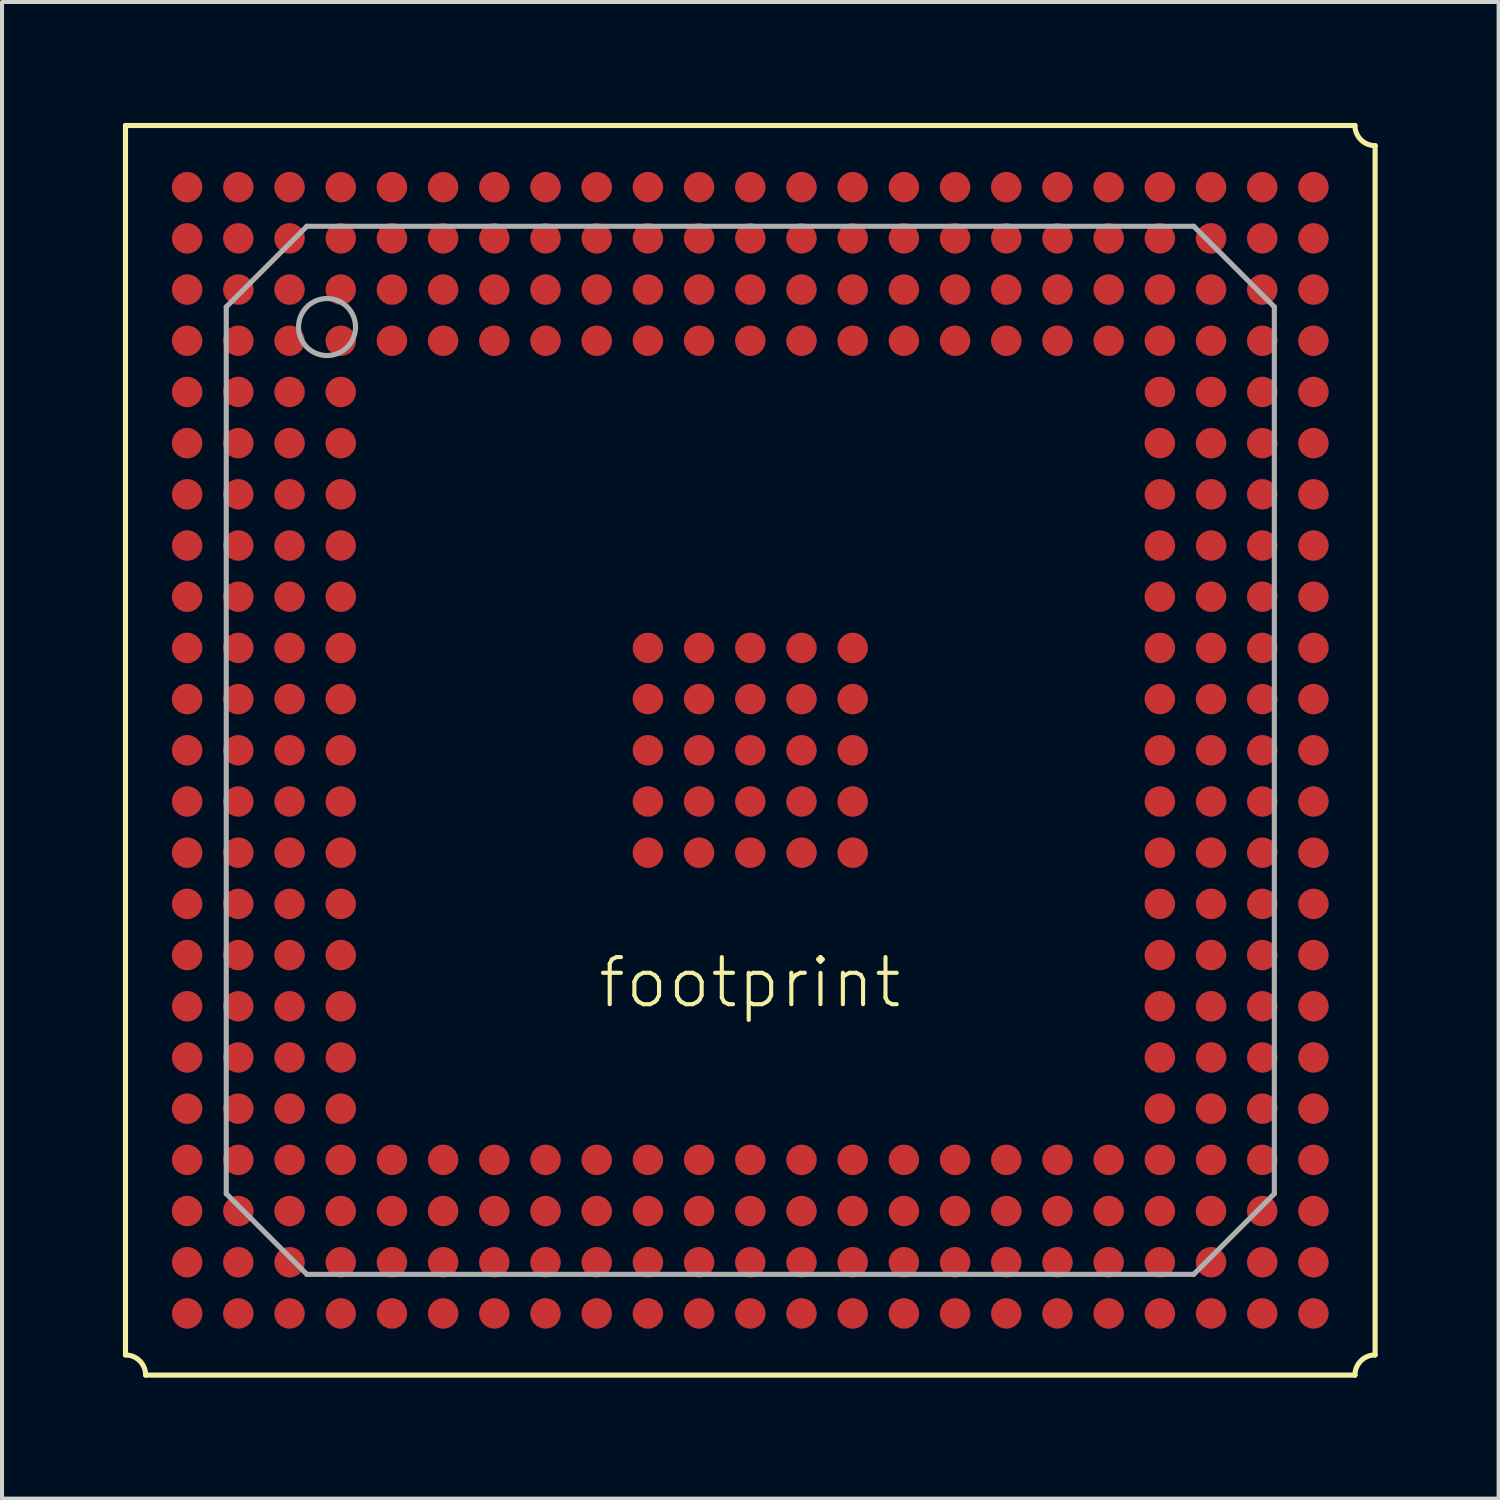
<source format=kicad_pcb>
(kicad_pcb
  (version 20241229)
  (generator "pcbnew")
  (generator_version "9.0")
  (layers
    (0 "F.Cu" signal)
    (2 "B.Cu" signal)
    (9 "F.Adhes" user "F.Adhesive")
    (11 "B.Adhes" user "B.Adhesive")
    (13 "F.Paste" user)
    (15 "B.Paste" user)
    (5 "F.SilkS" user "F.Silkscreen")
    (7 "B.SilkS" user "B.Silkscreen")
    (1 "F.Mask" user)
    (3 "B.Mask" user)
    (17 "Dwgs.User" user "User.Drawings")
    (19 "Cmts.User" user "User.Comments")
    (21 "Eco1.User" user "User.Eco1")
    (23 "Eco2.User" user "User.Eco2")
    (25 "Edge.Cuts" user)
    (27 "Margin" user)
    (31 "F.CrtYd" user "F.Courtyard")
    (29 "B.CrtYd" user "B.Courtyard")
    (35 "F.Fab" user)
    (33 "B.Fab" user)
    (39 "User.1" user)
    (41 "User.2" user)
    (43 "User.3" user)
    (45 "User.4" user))
  (footprint "footprint"
    (layer "F.Cu")
    (at 15.563 15.563)
    (property "Reference" "footprint" (at 3.81 5.08 0) (layer "F.SilkS") (effects (font (size 1.168 1.168) (thickness 0.102)) (justify right top)))
    (fp_line (start -15.5 -15.5) (end -15.5 15) (stroke (width 0.127) (type solid)) (layer "F.SilkS"))
    (fp_line (start -15 15.5) (end 15 15.5) (stroke (width 0.127) (type solid)) (layer "F.SilkS"))
    (fp_line (start 15 -15.5) (end -15.5 -15.5) (stroke (width 0.127) (type solid)) (layer "F.SilkS"))
    (fp_line (start 15.5 15) (end 15.5 -15) (stroke (width 0.127) (type solid)) (layer "F.SilkS"))
    (fp_arc (start -15.5 15) (mid -15.146447 15.146447) (end -15 15.5) (stroke (width 0.127) (type solid)) (layer "F.SilkS"))
    (fp_arc (start 15 15.5) (mid 15.146447 15.146447) (end 15.5 15) (stroke (width 0.127) (type solid)) (layer "F.SilkS"))
    (fp_arc (start 15.5 -15) (mid 15.146447 -15.146447) (end 15 -15.5) (stroke (width 0.127) (type solid)) (layer "F.SilkS"))
    (fp_line (start -13 -11) (end -11 -13) (stroke (width 0.127) (type solid)) (layer "F.Fab"))
    (fp_line (start -13 11) (end -13 -11) (stroke (width 0.127) (type solid)) (layer "F.Fab"))
    (fp_line (start -11 -13) (end 11 -13) (stroke (width 0.127) (type solid)) (layer "F.Fab"))
    (fp_line (start -11 13) (end -13 11) (stroke (width 0.127) (type solid)) (layer "F.Fab"))
    (fp_line (start 11 -13) (end 13 -11) (stroke (width 0.127) (type solid)) (layer "F.Fab"))
    (fp_line (start 11 13) (end -11 13) (stroke (width 0.127) (type solid)) (layer "F.Fab"))
    (fp_line (start 13 -11) (end 13 11) (stroke (width 0.127) (type solid)) (layer "F.Fab"))
    (fp_line (start 13 11) (end 11 13) (stroke (width 0.127) (type solid)) (layer "F.Fab"))
    (fp_circle (center -10.5 -10.5) (end -9.793 -10.5) (stroke (width 0.127) (type solid)) (fill no) (layer "F.Fab"))
    (pad "A1" smd roundrect (at -13.97 -13.97 180) (size 0.76 0.76) (layers "F.Cu" "F.Mask" "F.Paste") (roundrect_rratio 0.5))
    (pad "A2" smd roundrect (at -12.7 -13.97 180) (size 0.76 0.76) (layers "F.Cu" "F.Mask" "F.Paste") (roundrect_rratio 0.5))
    (pad "A3" smd roundrect (at -11.43 -13.97 180) (size 0.76 0.76) (layers "F.Cu" "F.Mask" "F.Paste") (roundrect_rratio 0.5))
    (pad "A4" smd roundrect (at -10.16 -13.97 180) (size 0.76 0.76) (layers "F.Cu" "F.Mask" "F.Paste") (roundrect_rratio 0.5))
    (pad "A5" smd roundrect (at -8.89 -13.97 180) (size 0.76 0.76) (layers "F.Cu" "F.Mask" "F.Paste") (roundrect_rratio 0.5))
    (pad "A6" smd roundrect (at -7.62 -13.97 180) (size 0.76 0.76) (layers "F.Cu" "F.Mask" "F.Paste") (roundrect_rratio 0.5))
    (pad "A7" smd roundrect (at -6.35 -13.97 180) (size 0.76 0.76) (layers "F.Cu" "F.Mask" "F.Paste") (roundrect_rratio 0.5))
    (pad "A8" smd roundrect (at -5.08 -13.97 180) (size 0.76 0.76) (layers "F.Cu" "F.Mask" "F.Paste") (roundrect_rratio 0.5))
    (pad "A9" smd roundrect (at -3.81 -13.97 180) (size 0.76 0.76) (layers "F.Cu" "F.Mask" "F.Paste") (roundrect_rratio 0.5))
    (pad "A10" smd roundrect (at -2.54 -13.97 180) (size 0.76 0.76) (layers "F.Cu" "F.Mask" "F.Paste") (roundrect_rratio 0.5))
    (pad "A11" smd roundrect (at -1.27 -13.97 180) (size 0.76 0.76) (layers "F.Cu" "F.Mask" "F.Paste") (roundrect_rratio 0.5))
    (pad "A12" smd roundrect (at 0 -13.97 180) (size 0.76 0.76) (layers "F.Cu" "F.Mask" "F.Paste") (roundrect_rratio 0.5))
    (pad "A13" smd roundrect (at 1.27 -13.97 180) (size 0.76 0.76) (layers "F.Cu" "F.Mask" "F.Paste") (roundrect_rratio 0.5))
    (pad "A14" smd roundrect (at 2.54 -13.97 180) (size 0.76 0.76) (layers "F.Cu" "F.Mask" "F.Paste") (roundrect_rratio 0.5))
    (pad "A15" smd roundrect (at 3.81 -13.97 180) (size 0.76 0.76) (layers "F.Cu" "F.Mask" "F.Paste") (roundrect_rratio 0.5))
    (pad "A16" smd roundrect (at 5.08 -13.97 180) (size 0.76 0.76) (layers "F.Cu" "F.Mask" "F.Paste") (roundrect_rratio 0.5))
    (pad "A17" smd roundrect (at 6.35 -13.97 180) (size 0.76 0.76) (layers "F.Cu" "F.Mask" "F.Paste") (roundrect_rratio 0.5))
    (pad "A18" smd roundrect (at 7.62 -13.97 180) (size 0.76 0.76) (layers "F.Cu" "F.Mask" "F.Paste") (roundrect_rratio 0.5))
    (pad "A19" smd roundrect (at 8.89 -13.97 180) (size 0.76 0.76) (layers "F.Cu" "F.Mask" "F.Paste") (roundrect_rratio 0.5))
    (pad "A20" smd roundrect (at 10.16 -13.97 180) (size 0.76 0.76) (layers "F.Cu" "F.Mask" "F.Paste") (roundrect_rratio 0.5))
    (pad "A21" smd roundrect (at 11.43 -13.97 180) (size 0.76 0.76) (layers "F.Cu" "F.Mask" "F.Paste") (roundrect_rratio 0.5))
    (pad "A22" smd roundrect (at 12.7 -13.97 180) (size 0.76 0.76) (layers "F.Cu" "F.Mask" "F.Paste") (roundrect_rratio 0.5))
    (pad "A23" smd roundrect (at 13.97 -13.97 180) (size 0.76 0.76) (layers "F.Cu" "F.Mask" "F.Paste") (roundrect_rratio 0.5))
    (pad "AA1" smd roundrect (at -13.97 11.43 180) (size 0.76 0.76) (layers "F.Cu" "F.Mask" "F.Paste") (roundrect_rratio 0.5))
    (pad "AA2" smd roundrect (at -12.7 11.43 180) (size 0.76 0.76) (layers "F.Cu" "F.Mask" "F.Paste") (roundrect_rratio 0.5))
    (pad "AA3" smd roundrect (at -11.43 11.43 180) (size 0.76 0.76) (layers "F.Cu" "F.Mask" "F.Paste") (roundrect_rratio 0.5))
    (pad "AA4" smd roundrect (at -10.16 11.43 180) (size 0.76 0.76) (layers "F.Cu" "F.Mask" "F.Paste") (roundrect_rratio 0.5))
    (pad "AA5" smd roundrect (at -8.89 11.43 180) (size 0.76 0.76) (layers "F.Cu" "F.Mask" "F.Paste") (roundrect_rratio 0.5))
    (pad "AA6" smd roundrect (at -7.62 11.43 180) (size 0.76 0.76) (layers "F.Cu" "F.Mask" "F.Paste") (roundrect_rratio 0.5))
    (pad "AA7" smd roundrect (at -6.35 11.43 180) (size 0.76 0.76) (layers "F.Cu" "F.Mask" "F.Paste") (roundrect_rratio 0.5))
    (pad "AA8" smd roundrect (at -5.08 11.43 180) (size 0.76 0.76) (layers "F.Cu" "F.Mask" "F.Paste") (roundrect_rratio 0.5))
    (pad "AA9" smd roundrect (at -3.81 11.43 180) (size 0.76 0.76) (layers "F.Cu" "F.Mask" "F.Paste") (roundrect_rratio 0.5))
    (pad "AA10" smd roundrect (at -2.54 11.43 180) (size 0.76 0.76) (layers "F.Cu" "F.Mask" "F.Paste") (roundrect_rratio 0.5))
    (pad "AA11" smd roundrect (at -1.27 11.43 180) (size 0.76 0.76) (layers "F.Cu" "F.Mask" "F.Paste") (roundrect_rratio 0.5))
    (pad "AA12" smd roundrect (at 0 11.43 180) (size 0.76 0.76) (layers "F.Cu" "F.Mask" "F.Paste") (roundrect_rratio 0.5))
    (pad "AA13" smd roundrect (at 1.27 11.43 180) (size 0.76 0.76) (layers "F.Cu" "F.Mask" "F.Paste") (roundrect_rratio 0.5))
    (pad "AA14" smd roundrect (at 2.54 11.43 180) (size 0.76 0.76) (layers "F.Cu" "F.Mask" "F.Paste") (roundrect_rratio 0.5))
    (pad "AA15" smd roundrect (at 3.81 11.43 180) (size 0.76 0.76) (layers "F.Cu" "F.Mask" "F.Paste") (roundrect_rratio 0.5))
    (pad "AA16" smd roundrect (at 5.08 11.43 180) (size 0.76 0.76) (layers "F.Cu" "F.Mask" "F.Paste") (roundrect_rratio 0.5))
    (pad "AA17" smd roundrect (at 6.35 11.43 180) (size 0.76 0.76) (layers "F.Cu" "F.Mask" "F.Paste") (roundrect_rratio 0.5))
    (pad "AA18" smd roundrect (at 7.62 11.43 180) (size 0.76 0.76) (layers "F.Cu" "F.Mask" "F.Paste") (roundrect_rratio 0.5))
    (pad "AA19" smd roundrect (at 8.89 11.43 180) (size 0.76 0.76) (layers "F.Cu" "F.Mask" "F.Paste") (roundrect_rratio 0.5))
    (pad "AA20" smd roundrect (at 10.16 11.43 180) (size 0.76 0.76) (layers "F.Cu" "F.Mask" "F.Paste") (roundrect_rratio 0.5))
    (pad "AA21" smd roundrect (at 11.43 11.43 180) (size 0.76 0.76) (layers "F.Cu" "F.Mask" "F.Paste") (roundrect_rratio 0.5))
    (pad "AA22" smd roundrect (at 12.7 11.43 180) (size 0.76 0.76) (layers "F.Cu" "F.Mask" "F.Paste") (roundrect_rratio 0.5))
    (pad "AA23" smd roundrect (at 13.97 11.43 180) (size 0.76 0.76) (layers "F.Cu" "F.Mask" "F.Paste") (roundrect_rratio 0.5))
    (pad "AB1" smd roundrect (at -13.97 12.7 180) (size 0.76 0.76) (layers "F.Cu" "F.Mask" "F.Paste") (roundrect_rratio 0.5))
    (pad "AB2" smd roundrect (at -12.7 12.7 180) (size 0.76 0.76) (layers "F.Cu" "F.Mask" "F.Paste") (roundrect_rratio 0.5))
    (pad "AB3" smd roundrect (at -11.43 12.7 180) (size 0.76 0.76) (layers "F.Cu" "F.Mask" "F.Paste") (roundrect_rratio 0.5))
    (pad "AB4" smd roundrect (at -10.16 12.7 180) (size 0.76 0.76) (layers "F.Cu" "F.Mask" "F.Paste") (roundrect_rratio 0.5))
    (pad "AB5" smd roundrect (at -8.89 12.7 180) (size 0.76 0.76) (layers "F.Cu" "F.Mask" "F.Paste") (roundrect_rratio 0.5))
    (pad "AB6" smd roundrect (at -7.62 12.7 180) (size 0.76 0.76) (layers "F.Cu" "F.Mask" "F.Paste") (roundrect_rratio 0.5))
    (pad "AB7" smd roundrect (at -6.35 12.7 180) (size 0.76 0.76) (layers "F.Cu" "F.Mask" "F.Paste") (roundrect_rratio 0.5))
    (pad "AB8" smd roundrect (at -5.08 12.7 180) (size 0.76 0.76) (layers "F.Cu" "F.Mask" "F.Paste") (roundrect_rratio 0.5))
    (pad "AB9" smd roundrect (at -3.81 12.7 180) (size 0.76 0.76) (layers "F.Cu" "F.Mask" "F.Paste") (roundrect_rratio 0.5))
    (pad "AB10" smd roundrect (at -2.54 12.7 180) (size 0.76 0.76) (layers "F.Cu" "F.Mask" "F.Paste") (roundrect_rratio 0.5))
    (pad "AB11" smd roundrect (at -1.27 12.7 180) (size 0.76 0.76) (layers "F.Cu" "F.Mask" "F.Paste") (roundrect_rratio 0.5))
    (pad "AB12" smd roundrect (at 0 12.7 180) (size 0.76 0.76) (layers "F.Cu" "F.Mask" "F.Paste") (roundrect_rratio 0.5))
    (pad "AB13" smd roundrect (at 1.27 12.7 180) (size 0.76 0.76) (layers "F.Cu" "F.Mask" "F.Paste") (roundrect_rratio 0.5))
    (pad "AB14" smd roundrect (at 2.54 12.7 180) (size 0.76 0.76) (layers "F.Cu" "F.Mask" "F.Paste") (roundrect_rratio 0.5))
    (pad "AB15" smd roundrect (at 3.81 12.7 180) (size 0.76 0.76) (layers "F.Cu" "F.Mask" "F.Paste") (roundrect_rratio 0.5))
    (pad "AB16" smd roundrect (at 5.08 12.7 180) (size 0.76 0.76) (layers "F.Cu" "F.Mask" "F.Paste") (roundrect_rratio 0.5))
    (pad "AB17" smd roundrect (at 6.35 12.7 180) (size 0.76 0.76) (layers "F.Cu" "F.Mask" "F.Paste") (roundrect_rratio 0.5))
    (pad "AB18" smd roundrect (at 7.62 12.7 180) (size 0.76 0.76) (layers "F.Cu" "F.Mask" "F.Paste") (roundrect_rratio 0.5))
    (pad "AB19" smd roundrect (at 8.89 12.7 180) (size 0.76 0.76) (layers "F.Cu" "F.Mask" "F.Paste") (roundrect_rratio 0.5))
    (pad "AB20" smd roundrect (at 10.16 12.7 180) (size 0.76 0.76) (layers "F.Cu" "F.Mask" "F.Paste") (roundrect_rratio 0.5))
    (pad "AB21" smd roundrect (at 11.43 12.7 180) (size 0.76 0.76) (layers "F.Cu" "F.Mask" "F.Paste") (roundrect_rratio 0.5))
    (pad "AB22" smd roundrect (at 12.7 12.7 180) (size 0.76 0.76) (layers "F.Cu" "F.Mask" "F.Paste") (roundrect_rratio 0.5))
    (pad "AB23" smd roundrect (at 13.97 12.7 180) (size 0.76 0.76) (layers "F.Cu" "F.Mask" "F.Paste") (roundrect_rratio 0.5))
    (pad "AC1" smd roundrect (at -13.97 13.97 180) (size 0.76 0.76) (layers "F.Cu" "F.Mask" "F.Paste") (roundrect_rratio 0.5))
    (pad "AC2" smd roundrect (at -12.7 13.97 180) (size 0.76 0.76) (layers "F.Cu" "F.Mask" "F.Paste") (roundrect_rratio 0.5))
    (pad "AC3" smd roundrect (at -11.43 13.97 180) (size 0.76 0.76) (layers "F.Cu" "F.Mask" "F.Paste") (roundrect_rratio 0.5))
    (pad "AC4" smd roundrect (at -10.16 13.97 180) (size 0.76 0.76) (layers "F.Cu" "F.Mask" "F.Paste") (roundrect_rratio 0.5))
    (pad "AC5" smd roundrect (at -8.89 13.97 180) (size 0.76 0.76) (layers "F.Cu" "F.Mask" "F.Paste") (roundrect_rratio 0.5))
    (pad "AC6" smd roundrect (at -7.62 13.97 180) (size 0.76 0.76) (layers "F.Cu" "F.Mask" "F.Paste") (roundrect_rratio 0.5))
    (pad "AC7" smd roundrect (at -6.35 13.97 180) (size 0.76 0.76) (layers "F.Cu" "F.Mask" "F.Paste") (roundrect_rratio 0.5))
    (pad "AC8" smd roundrect (at -5.08 13.97 180) (size 0.76 0.76) (layers "F.Cu" "F.Mask" "F.Paste") (roundrect_rratio 0.5))
    (pad "AC9" smd roundrect (at -3.81 13.97 180) (size 0.76 0.76) (layers "F.Cu" "F.Mask" "F.Paste") (roundrect_rratio 0.5))
    (pad "AC10" smd roundrect (at -2.54 13.97 180) (size 0.76 0.76) (layers "F.Cu" "F.Mask" "F.Paste") (roundrect_rratio 0.5))
    (pad "AC11" smd roundrect (at -1.27 13.97 180) (size 0.76 0.76) (layers "F.Cu" "F.Mask" "F.Paste") (roundrect_rratio 0.5))
    (pad "AC12" smd roundrect (at 0 13.97 180) (size 0.76 0.76) (layers "F.Cu" "F.Mask" "F.Paste") (roundrect_rratio 0.5))
    (pad "AC13" smd roundrect (at 1.27 13.97 180) (size 0.76 0.76) (layers "F.Cu" "F.Mask" "F.Paste") (roundrect_rratio 0.5))
    (pad "AC14" smd roundrect (at 2.54 13.97 180) (size 0.76 0.76) (layers "F.Cu" "F.Mask" "F.Paste") (roundrect_rratio 0.5))
    (pad "AC15" smd roundrect (at 3.81 13.97 180) (size 0.76 0.76) (layers "F.Cu" "F.Mask" "F.Paste") (roundrect_rratio 0.5))
    (pad "AC16" smd roundrect (at 5.08 13.97 180) (size 0.76 0.76) (layers "F.Cu" "F.Mask" "F.Paste") (roundrect_rratio 0.5))
    (pad "AC17" smd roundrect (at 6.35 13.97 180) (size 0.76 0.76) (layers "F.Cu" "F.Mask" "F.Paste") (roundrect_rratio 0.5))
    (pad "AC18" smd roundrect (at 7.62 13.97 180) (size 0.76 0.76) (layers "F.Cu" "F.Mask" "F.Paste") (roundrect_rratio 0.5))
    (pad "AC19" smd roundrect (at 8.89 13.97 180) (size 0.76 0.76) (layers "F.Cu" "F.Mask" "F.Paste") (roundrect_rratio 0.5))
    (pad "AC20" smd roundrect (at 10.16 13.97 180) (size 0.76 0.76) (layers "F.Cu" "F.Mask" "F.Paste") (roundrect_rratio 0.5))
    (pad "AC21" smd roundrect (at 11.43 13.97 180) (size 0.76 0.76) (layers "F.Cu" "F.Mask" "F.Paste") (roundrect_rratio 0.5))
    (pad "AC22" smd roundrect (at 12.7 13.97 180) (size 0.76 0.76) (layers "F.Cu" "F.Mask" "F.Paste") (roundrect_rratio 0.5))
    (pad "AC23" smd roundrect (at 13.97 13.97 180) (size 0.76 0.76) (layers "F.Cu" "F.Mask" "F.Paste") (roundrect_rratio 0.5))
    (pad "B1" smd roundrect (at -13.97 -12.7 180) (size 0.76 0.76) (layers "F.Cu" "F.Mask" "F.Paste") (roundrect_rratio 0.5))
    (pad "B2" smd roundrect (at -12.7 -12.7 180) (size 0.76 0.76) (layers "F.Cu" "F.Mask" "F.Paste") (roundrect_rratio 0.5))
    (pad "B3" smd roundrect (at -11.43 -12.7 180) (size 0.76 0.76) (layers "F.Cu" "F.Mask" "F.Paste") (roundrect_rratio 0.5))
    (pad "B4" smd roundrect (at -10.16 -12.7 180) (size 0.76 0.76) (layers "F.Cu" "F.Mask" "F.Paste") (roundrect_rratio 0.5))
    (pad "B5" smd roundrect (at -8.89 -12.7 180) (size 0.76 0.76) (layers "F.Cu" "F.Mask" "F.Paste") (roundrect_rratio 0.5))
    (pad "B6" smd roundrect (at -7.62 -12.7 180) (size 0.76 0.76) (layers "F.Cu" "F.Mask" "F.Paste") (roundrect_rratio 0.5))
    (pad "B7" smd roundrect (at -6.35 -12.7 180) (size 0.76 0.76) (layers "F.Cu" "F.Mask" "F.Paste") (roundrect_rratio 0.5))
    (pad "B8" smd roundrect (at -5.08 -12.7 180) (size 0.76 0.76) (layers "F.Cu" "F.Mask" "F.Paste") (roundrect_rratio 0.5))
    (pad "B9" smd roundrect (at -3.81 -12.7 180) (size 0.76 0.76) (layers "F.Cu" "F.Mask" "F.Paste") (roundrect_rratio 0.5))
    (pad "B10" smd roundrect (at -2.54 -12.7 180) (size 0.76 0.76) (layers "F.Cu" "F.Mask" "F.Paste") (roundrect_rratio 0.5))
    (pad "B11" smd roundrect (at -1.27 -12.7 180) (size 0.76 0.76) (layers "F.Cu" "F.Mask" "F.Paste") (roundrect_rratio 0.5))
    (pad "B12" smd roundrect (at 0 -12.7 180) (size 0.76 0.76) (layers "F.Cu" "F.Mask" "F.Paste") (roundrect_rratio 0.5))
    (pad "B13" smd roundrect (at 1.27 -12.7 180) (size 0.76 0.76) (layers "F.Cu" "F.Mask" "F.Paste") (roundrect_rratio 0.5))
    (pad "B14" smd roundrect (at 2.54 -12.7 180) (size 0.76 0.76) (layers "F.Cu" "F.Mask" "F.Paste") (roundrect_rratio 0.5))
    (pad "B15" smd roundrect (at 3.81 -12.7 180) (size 0.76 0.76) (layers "F.Cu" "F.Mask" "F.Paste") (roundrect_rratio 0.5))
    (pad "B16" smd roundrect (at 5.08 -12.7 180) (size 0.76 0.76) (layers "F.Cu" "F.Mask" "F.Paste") (roundrect_rratio 0.5))
    (pad "B17" smd roundrect (at 6.35 -12.7 180) (size 0.76 0.76) (layers "F.Cu" "F.Mask" "F.Paste") (roundrect_rratio 0.5))
    (pad "B18" smd roundrect (at 7.62 -12.7 180) (size 0.76 0.76) (layers "F.Cu" "F.Mask" "F.Paste") (roundrect_rratio 0.5))
    (pad "B19" smd roundrect (at 8.89 -12.7 180) (size 0.76 0.76) (layers "F.Cu" "F.Mask" "F.Paste") (roundrect_rratio 0.5))
    (pad "B20" smd roundrect (at 10.16 -12.7 180) (size 0.76 0.76) (layers "F.Cu" "F.Mask" "F.Paste") (roundrect_rratio 0.5))
    (pad "B21" smd roundrect (at 11.43 -12.7 180) (size 0.76 0.76) (layers "F.Cu" "F.Mask" "F.Paste") (roundrect_rratio 0.5))
    (pad "B22" smd roundrect (at 12.7 -12.7 180) (size 0.76 0.76) (layers "F.Cu" "F.Mask" "F.Paste") (roundrect_rratio 0.5))
    (pad "B23" smd roundrect (at 13.97 -12.7 180) (size 0.76 0.76) (layers "F.Cu" "F.Mask" "F.Paste") (roundrect_rratio 0.5))
    (pad "C1" smd roundrect (at -13.97 -11.43 180) (size 0.76 0.76) (layers "F.Cu" "F.Mask" "F.Paste") (roundrect_rratio 0.5))
    (pad "C2" smd roundrect (at -12.7 -11.43 180) (size 0.76 0.76) (layers "F.Cu" "F.Mask" "F.Paste") (roundrect_rratio 0.5))
    (pad "C3" smd roundrect (at -11.43 -11.43 180) (size 0.76 0.76) (layers "F.Cu" "F.Mask" "F.Paste") (roundrect_rratio 0.5))
    (pad "C4" smd roundrect (at -10.16 -11.43 180) (size 0.76 0.76) (layers "F.Cu" "F.Mask" "F.Paste") (roundrect_rratio 0.5))
    (pad "C5" smd roundrect (at -8.89 -11.43 180) (size 0.76 0.76) (layers "F.Cu" "F.Mask" "F.Paste") (roundrect_rratio 0.5))
    (pad "C6" smd roundrect (at -7.62 -11.43 180) (size 0.76 0.76) (layers "F.Cu" "F.Mask" "F.Paste") (roundrect_rratio 0.5))
    (pad "C7" smd roundrect (at -6.35 -11.43 180) (size 0.76 0.76) (layers "F.Cu" "F.Mask" "F.Paste") (roundrect_rratio 0.5))
    (pad "C8" smd roundrect (at -5.08 -11.43 180) (size 0.76 0.76) (layers "F.Cu" "F.Mask" "F.Paste") (roundrect_rratio 0.5))
    (pad "C9" smd roundrect (at -3.81 -11.43 180) (size 0.76 0.76) (layers "F.Cu" "F.Mask" "F.Paste") (roundrect_rratio 0.5))
    (pad "C10" smd roundrect (at -2.54 -11.43 180) (size 0.76 0.76) (layers "F.Cu" "F.Mask" "F.Paste") (roundrect_rratio 0.5))
    (pad "C11" smd roundrect (at -1.27 -11.43 180) (size 0.76 0.76) (layers "F.Cu" "F.Mask" "F.Paste") (roundrect_rratio 0.5))
    (pad "C12" smd roundrect (at 0 -11.43 180) (size 0.76 0.76) (layers "F.Cu" "F.Mask" "F.Paste") (roundrect_rratio 0.5))
    (pad "C13" smd roundrect (at 1.27 -11.43 180) (size 0.76 0.76) (layers "F.Cu" "F.Mask" "F.Paste") (roundrect_rratio 0.5))
    (pad "C14" smd roundrect (at 2.54 -11.43 180) (size 0.76 0.76) (layers "F.Cu" "F.Mask" "F.Paste") (roundrect_rratio 0.5))
    (pad "C15" smd roundrect (at 3.81 -11.43 180) (size 0.76 0.76) (layers "F.Cu" "F.Mask" "F.Paste") (roundrect_rratio 0.5))
    (pad "C16" smd roundrect (at 5.08 -11.43 180) (size 0.76 0.76) (layers "F.Cu" "F.Mask" "F.Paste") (roundrect_rratio 0.5))
    (pad "C17" smd roundrect (at 6.35 -11.43 180) (size 0.76 0.76) (layers "F.Cu" "F.Mask" "F.Paste") (roundrect_rratio 0.5))
    (pad "C18" smd roundrect (at 7.62 -11.43 180) (size 0.76 0.76) (layers "F.Cu" "F.Mask" "F.Paste") (roundrect_rratio 0.5))
    (pad "C19" smd roundrect (at 8.89 -11.43 180) (size 0.76 0.76) (layers "F.Cu" "F.Mask" "F.Paste") (roundrect_rratio 0.5))
    (pad "C20" smd roundrect (at 10.16 -11.43 180) (size 0.76 0.76) (layers "F.Cu" "F.Mask" "F.Paste") (roundrect_rratio 0.5))
    (pad "C21" smd roundrect (at 11.43 -11.43 180) (size 0.76 0.76) (layers "F.Cu" "F.Mask" "F.Paste") (roundrect_rratio 0.5))
    (pad "C22" smd roundrect (at 12.7 -11.43 180) (size 0.76 0.76) (layers "F.Cu" "F.Mask" "F.Paste") (roundrect_rratio 0.5))
    (pad "C23" smd roundrect (at 13.97 -11.43 180) (size 0.76 0.76) (layers "F.Cu" "F.Mask" "F.Paste") (roundrect_rratio 0.5))
    (pad "D1" smd roundrect (at -13.97 -10.16 180) (size 0.76 0.76) (layers "F.Cu" "F.Mask" "F.Paste") (roundrect_rratio 0.5))
    (pad "D2" smd roundrect (at -12.7 -10.16 180) (size 0.76 0.76) (layers "F.Cu" "F.Mask" "F.Paste") (roundrect_rratio 0.5))
    (pad "D3" smd roundrect (at -11.43 -10.16 180) (size 0.76 0.76) (layers "F.Cu" "F.Mask" "F.Paste") (roundrect_rratio 0.5))
    (pad "D4" smd roundrect (at -10.16 -10.16 180) (size 0.76 0.76) (layers "F.Cu" "F.Mask" "F.Paste") (roundrect_rratio 0.5))
    (pad "D5" smd roundrect (at -8.89 -10.16 180) (size 0.76 0.76) (layers "F.Cu" "F.Mask" "F.Paste") (roundrect_rratio 0.5))
    (pad "D6" smd roundrect (at -7.62 -10.16 180) (size 0.76 0.76) (layers "F.Cu" "F.Mask" "F.Paste") (roundrect_rratio 0.5))
    (pad "D7" smd roundrect (at -6.35 -10.16 180) (size 0.76 0.76) (layers "F.Cu" "F.Mask" "F.Paste") (roundrect_rratio 0.5))
    (pad "D8" smd roundrect (at -5.08 -10.16 180) (size 0.76 0.76) (layers "F.Cu" "F.Mask" "F.Paste") (roundrect_rratio 0.5))
    (pad "D9" smd roundrect (at -3.81 -10.16 180) (size 0.76 0.76) (layers "F.Cu" "F.Mask" "F.Paste") (roundrect_rratio 0.5))
    (pad "D10" smd roundrect (at -2.54 -10.16 180) (size 0.76 0.76) (layers "F.Cu" "F.Mask" "F.Paste") (roundrect_rratio 0.5))
    (pad "D11" smd roundrect (at -1.27 -10.16 180) (size 0.76 0.76) (layers "F.Cu" "F.Mask" "F.Paste") (roundrect_rratio 0.5))
    (pad "D12" smd roundrect (at 0 -10.16 180) (size 0.76 0.76) (layers "F.Cu" "F.Mask" "F.Paste") (roundrect_rratio 0.5))
    (pad "D13" smd roundrect (at 1.27 -10.16 180) (size 0.76 0.76) (layers "F.Cu" "F.Mask" "F.Paste") (roundrect_rratio 0.5))
    (pad "D14" smd roundrect (at 2.54 -10.16 180) (size 0.76 0.76) (layers "F.Cu" "F.Mask" "F.Paste") (roundrect_rratio 0.5))
    (pad "D15" smd roundrect (at 3.81 -10.16 180) (size 0.76 0.76) (layers "F.Cu" "F.Mask" "F.Paste") (roundrect_rratio 0.5))
    (pad "D16" smd roundrect (at 5.08 -10.16 180) (size 0.76 0.76) (layers "F.Cu" "F.Mask" "F.Paste") (roundrect_rratio 0.5))
    (pad "D17" smd roundrect (at 6.35 -10.16 180) (size 0.76 0.76) (layers "F.Cu" "F.Mask" "F.Paste") (roundrect_rratio 0.5))
    (pad "D18" smd roundrect (at 7.62 -10.16 180) (size 0.76 0.76) (layers "F.Cu" "F.Mask" "F.Paste") (roundrect_rratio 0.5))
    (pad "D19" smd roundrect (at 8.89 -10.16 180) (size 0.76 0.76) (layers "F.Cu" "F.Mask" "F.Paste") (roundrect_rratio 0.5))
    (pad "D20" smd roundrect (at 10.16 -10.16 180) (size 0.76 0.76) (layers "F.Cu" "F.Mask" "F.Paste") (roundrect_rratio 0.5))
    (pad "D21" smd roundrect (at 11.43 -10.16 180) (size 0.76 0.76) (layers "F.Cu" "F.Mask" "F.Paste") (roundrect_rratio 0.5))
    (pad "D22" smd roundrect (at 12.7 -10.16 180) (size 0.76 0.76) (layers "F.Cu" "F.Mask" "F.Paste") (roundrect_rratio 0.5))
    (pad "D23" smd roundrect (at 13.97 -10.16 180) (size 0.76 0.76) (layers "F.Cu" "F.Mask" "F.Paste") (roundrect_rratio 0.5))
    (pad "E1" smd roundrect (at -13.97 -8.89 180) (size 0.76 0.76) (layers "F.Cu" "F.Mask" "F.Paste") (roundrect_rratio 0.5))
    (pad "E2" smd roundrect (at -12.7 -8.89 180) (size 0.76 0.76) (layers "F.Cu" "F.Mask" "F.Paste") (roundrect_rratio 0.5))
    (pad "E3" smd roundrect (at -11.43 -8.89 180) (size 0.76 0.76) (layers "F.Cu" "F.Mask" "F.Paste") (roundrect_rratio 0.5))
    (pad "E4" smd roundrect (at -10.16 -8.89 180) (size 0.76 0.76) (layers "F.Cu" "F.Mask" "F.Paste") (roundrect_rratio 0.5))
    (pad "E20" smd roundrect (at 10.16 -8.89 180) (size 0.76 0.76) (layers "F.Cu" "F.Mask" "F.Paste") (roundrect_rratio 0.5))
    (pad "E21" smd roundrect (at 11.43 -8.89 180) (size 0.76 0.76) (layers "F.Cu" "F.Mask" "F.Paste") (roundrect_rratio 0.5))
    (pad "E22" smd roundrect (at 12.7 -8.89 180) (size 0.76 0.76) (layers "F.Cu" "F.Mask" "F.Paste") (roundrect_rratio 0.5))
    (pad "E23" smd roundrect (at 13.97 -8.89 180) (size 0.76 0.76) (layers "F.Cu" "F.Mask" "F.Paste") (roundrect_rratio 0.5))
    (pad "F1" smd roundrect (at -13.97 -7.62 180) (size 0.76 0.76) (layers "F.Cu" "F.Mask" "F.Paste") (roundrect_rratio 0.5))
    (pad "F2" smd roundrect (at -12.7 -7.62 180) (size 0.76 0.76) (layers "F.Cu" "F.Mask" "F.Paste") (roundrect_rratio 0.5))
    (pad "F3" smd roundrect (at -11.43 -7.62 180) (size 0.76 0.76) (layers "F.Cu" "F.Mask" "F.Paste") (roundrect_rratio 0.5))
    (pad "F4" smd roundrect (at -10.16 -7.62 180) (size 0.76 0.76) (layers "F.Cu" "F.Mask" "F.Paste") (roundrect_rratio 0.5))
    (pad "F20" smd roundrect (at 10.16 -7.62 180) (size 0.76 0.76) (layers "F.Cu" "F.Mask" "F.Paste") (roundrect_rratio 0.5))
    (pad "F21" smd roundrect (at 11.43 -7.62 180) (size 0.76 0.76) (layers "F.Cu" "F.Mask" "F.Paste") (roundrect_rratio 0.5))
    (pad "F22" smd roundrect (at 12.7 -7.62 180) (size 0.76 0.76) (layers "F.Cu" "F.Mask" "F.Paste") (roundrect_rratio 0.5))
    (pad "F23" smd roundrect (at 13.97 -7.62 180) (size 0.76 0.76) (layers "F.Cu" "F.Mask" "F.Paste") (roundrect_rratio 0.5))
    (pad "G1" smd roundrect (at -13.97 -6.35 180) (size 0.76 0.76) (layers "F.Cu" "F.Mask" "F.Paste") (roundrect_rratio 0.5))
    (pad "G2" smd roundrect (at -12.7 -6.35 180) (size 0.76 0.76) (layers "F.Cu" "F.Mask" "F.Paste") (roundrect_rratio 0.5))
    (pad "G3" smd roundrect (at -11.43 -6.35 180) (size 0.76 0.76) (layers "F.Cu" "F.Mask" "F.Paste") (roundrect_rratio 0.5))
    (pad "G4" smd roundrect (at -10.16 -6.35 180) (size 0.76 0.76) (layers "F.Cu" "F.Mask" "F.Paste") (roundrect_rratio 0.5))
    (pad "G20" smd roundrect (at 10.16 -6.35 180) (size 0.76 0.76) (layers "F.Cu" "F.Mask" "F.Paste") (roundrect_rratio 0.5))
    (pad "G21" smd roundrect (at 11.43 -6.35 180) (size 0.76 0.76) (layers "F.Cu" "F.Mask" "F.Paste") (roundrect_rratio 0.5))
    (pad "G22" smd roundrect (at 12.7 -6.35 180) (size 0.76 0.76) (layers "F.Cu" "F.Mask" "F.Paste") (roundrect_rratio 0.5))
    (pad "G23" smd roundrect (at 13.97 -6.35 180) (size 0.76 0.76) (layers "F.Cu" "F.Mask" "F.Paste") (roundrect_rratio 0.5))
    (pad "H1" smd roundrect (at -13.97 -5.08 180) (size 0.76 0.76) (layers "F.Cu" "F.Mask" "F.Paste") (roundrect_rratio 0.5))
    (pad "H2" smd roundrect (at -12.7 -5.08 180) (size 0.76 0.76) (layers "F.Cu" "F.Mask" "F.Paste") (roundrect_rratio 0.5))
    (pad "H3" smd roundrect (at -11.43 -5.08 180) (size 0.76 0.76) (layers "F.Cu" "F.Mask" "F.Paste") (roundrect_rratio 0.5))
    (pad "H4" smd roundrect (at -10.16 -5.08 180) (size 0.76 0.76) (layers "F.Cu" "F.Mask" "F.Paste") (roundrect_rratio 0.5))
    (pad "H20" smd roundrect (at 10.16 -5.08 180) (size 0.76 0.76) (layers "F.Cu" "F.Mask" "F.Paste") (roundrect_rratio 0.5))
    (pad "H21" smd roundrect (at 11.43 -5.08 180) (size 0.76 0.76) (layers "F.Cu" "F.Mask" "F.Paste") (roundrect_rratio 0.5))
    (pad "H22" smd roundrect (at 12.7 -5.08 180) (size 0.76 0.76) (layers "F.Cu" "F.Mask" "F.Paste") (roundrect_rratio 0.5))
    (pad "H23" smd roundrect (at 13.97 -5.08 180) (size 0.76 0.76) (layers "F.Cu" "F.Mask" "F.Paste") (roundrect_rratio 0.5))
    (pad "J1" smd roundrect (at -13.97 -3.81 180) (size 0.76 0.76) (layers "F.Cu" "F.Mask" "F.Paste") (roundrect_rratio 0.5))
    (pad "J2" smd roundrect (at -12.7 -3.81 180) (size 0.76 0.76) (layers "F.Cu" "F.Mask" "F.Paste") (roundrect_rratio 0.5))
    (pad "J3" smd roundrect (at -11.43 -3.81 180) (size 0.76 0.76) (layers "F.Cu" "F.Mask" "F.Paste") (roundrect_rratio 0.5))
    (pad "J4" smd roundrect (at -10.16 -3.81 180) (size 0.76 0.76) (layers "F.Cu" "F.Mask" "F.Paste") (roundrect_rratio 0.5))
    (pad "J20" smd roundrect (at 10.16 -3.81 180) (size 0.76 0.76) (layers "F.Cu" "F.Mask" "F.Paste") (roundrect_rratio 0.5))
    (pad "J21" smd roundrect (at 11.43 -3.81 180) (size 0.76 0.76) (layers "F.Cu" "F.Mask" "F.Paste") (roundrect_rratio 0.5))
    (pad "J22" smd roundrect (at 12.7 -3.81 180) (size 0.76 0.76) (layers "F.Cu" "F.Mask" "F.Paste") (roundrect_rratio 0.5))
    (pad "J23" smd roundrect (at 13.97 -3.81 180) (size 0.76 0.76) (layers "F.Cu" "F.Mask" "F.Paste") (roundrect_rratio 0.5))
    (pad "K1" smd roundrect (at -13.97 -2.54 180) (size 0.76 0.76) (layers "F.Cu" "F.Mask" "F.Paste") (roundrect_rratio 0.5))
    (pad "K2" smd roundrect (at -12.7 -2.54 180) (size 0.76 0.76) (layers "F.Cu" "F.Mask" "F.Paste") (roundrect_rratio 0.5))
    (pad "K3" smd roundrect (at -11.43 -2.54 180) (size 0.76 0.76) (layers "F.Cu" "F.Mask" "F.Paste") (roundrect_rratio 0.5))
    (pad "K4" smd roundrect (at -10.16 -2.54 180) (size 0.76 0.76) (layers "F.Cu" "F.Mask" "F.Paste") (roundrect_rratio 0.5))
    (pad "K10" smd roundrect (at -2.54 -2.54 180) (size 0.76 0.76) (layers "F.Cu" "F.Mask" "F.Paste") (roundrect_rratio 0.5))
    (pad "K11" smd roundrect (at -1.27 -2.54 180) (size 0.76 0.76) (layers "F.Cu" "F.Mask" "F.Paste") (roundrect_rratio 0.5))
    (pad "K12" smd roundrect (at 0 -2.54 180) (size 0.76 0.76) (layers "F.Cu" "F.Mask" "F.Paste") (roundrect_rratio 0.5))
    (pad "K13" smd roundrect (at 1.27 -2.54 180) (size 0.76 0.76) (layers "F.Cu" "F.Mask" "F.Paste") (roundrect_rratio 0.5))
    (pad "K14" smd roundrect (at 2.54 -2.54 180) (size 0.76 0.76) (layers "F.Cu" "F.Mask" "F.Paste") (roundrect_rratio 0.5))
    (pad "K20" smd roundrect (at 10.16 -2.54 180) (size 0.76 0.76) (layers "F.Cu" "F.Mask" "F.Paste") (roundrect_rratio 0.5))
    (pad "K21" smd roundrect (at 11.43 -2.54 180) (size 0.76 0.76) (layers "F.Cu" "F.Mask" "F.Paste") (roundrect_rratio 0.5))
    (pad "K22" smd roundrect (at 12.7 -2.54 180) (size 0.76 0.76) (layers "F.Cu" "F.Mask" "F.Paste") (roundrect_rratio 0.5))
    (pad "K23" smd roundrect (at 13.97 -2.54 180) (size 0.76 0.76) (layers "F.Cu" "F.Mask" "F.Paste") (roundrect_rratio 0.5))
    (pad "L1" smd roundrect (at -13.97 -1.27 180) (size 0.76 0.76) (layers "F.Cu" "F.Mask" "F.Paste") (roundrect_rratio 0.5))
    (pad "L2" smd roundrect (at -12.7 -1.27 180) (size 0.76 0.76) (layers "F.Cu" "F.Mask" "F.Paste") (roundrect_rratio 0.5))
    (pad "L3" smd roundrect (at -11.43 -1.27 180) (size 0.76 0.76) (layers "F.Cu" "F.Mask" "F.Paste") (roundrect_rratio 0.5))
    (pad "L4" smd roundrect (at -10.16 -1.27 180) (size 0.76 0.76) (layers "F.Cu" "F.Mask" "F.Paste") (roundrect_rratio 0.5))
    (pad "L10" smd roundrect (at -2.54 -1.27 180) (size 0.76 0.76) (layers "F.Cu" "F.Mask" "F.Paste") (roundrect_rratio 0.5))
    (pad "L11" smd roundrect (at -1.27 -1.27 180) (size 0.76 0.76) (layers "F.Cu" "F.Mask" "F.Paste") (roundrect_rratio 0.5))
    (pad "L12" smd roundrect (at 0 -1.27 180) (size 0.76 0.76) (layers "F.Cu" "F.Mask" "F.Paste") (roundrect_rratio 0.5))
    (pad "L13" smd roundrect (at 1.27 -1.27 180) (size 0.76 0.76) (layers "F.Cu" "F.Mask" "F.Paste") (roundrect_rratio 0.5))
    (pad "L14" smd roundrect (at 2.54 -1.27 180) (size 0.76 0.76) (layers "F.Cu" "F.Mask" "F.Paste") (roundrect_rratio 0.5))
    (pad "L20" smd roundrect (at 10.16 -1.27 180) (size 0.76 0.76) (layers "F.Cu" "F.Mask" "F.Paste") (roundrect_rratio 0.5))
    (pad "L21" smd roundrect (at 11.43 -1.27 180) (size 0.76 0.76) (layers "F.Cu" "F.Mask" "F.Paste") (roundrect_rratio 0.5))
    (pad "L22" smd roundrect (at 12.7 -1.27 180) (size 0.76 0.76) (layers "F.Cu" "F.Mask" "F.Paste") (roundrect_rratio 0.5))
    (pad "L23" smd roundrect (at 13.97 -1.27 180) (size 0.76 0.76) (layers "F.Cu" "F.Mask" "F.Paste") (roundrect_rratio 0.5))
    (pad "M1" smd roundrect (at -13.97 0 180) (size 0.76 0.76) (layers "F.Cu" "F.Mask" "F.Paste") (roundrect_rratio 0.5))
    (pad "M2" smd roundrect (at -12.7 0 180) (size 0.76 0.76) (layers "F.Cu" "F.Mask" "F.Paste") (roundrect_rratio 0.5))
    (pad "M3" smd roundrect (at -11.43 0 180) (size 0.76 0.76) (layers "F.Cu" "F.Mask" "F.Paste") (roundrect_rratio 0.5))
    (pad "M4" smd roundrect (at -10.16 0 180) (size 0.76 0.76) (layers "F.Cu" "F.Mask" "F.Paste") (roundrect_rratio 0.5))
    (pad "M10" smd roundrect (at -2.54 0 180) (size 0.76 0.76) (layers "F.Cu" "F.Mask" "F.Paste") (roundrect_rratio 0.5))
    (pad "M11" smd roundrect (at -1.27 0 180) (size 0.76 0.76) (layers "F.Cu" "F.Mask" "F.Paste") (roundrect_rratio 0.5))
    (pad "M12" smd roundrect (at 0 0 180) (size 0.76 0.76) (layers "F.Cu" "F.Mask" "F.Paste") (roundrect_rratio 0.5))
    (pad "M13" smd roundrect (at 1.27 0 180) (size 0.76 0.76) (layers "F.Cu" "F.Mask" "F.Paste") (roundrect_rratio 0.5))
    (pad "M14" smd roundrect (at 2.54 0 180) (size 0.76 0.76) (layers "F.Cu" "F.Mask" "F.Paste") (roundrect_rratio 0.5))
    (pad "M20" smd roundrect (at 10.16 0 180) (size 0.76 0.76) (layers "F.Cu" "F.Mask" "F.Paste") (roundrect_rratio 0.5))
    (pad "M21" smd roundrect (at 11.43 0 180) (size 0.76 0.76) (layers "F.Cu" "F.Mask" "F.Paste") (roundrect_rratio 0.5))
    (pad "M22" smd roundrect (at 12.7 0 180) (size 0.76 0.76) (layers "F.Cu" "F.Mask" "F.Paste") (roundrect_rratio 0.5))
    (pad "M23" smd roundrect (at 13.97 0 180) (size 0.76 0.76) (layers "F.Cu" "F.Mask" "F.Paste") (roundrect_rratio 0.5))
    (pad "N1" smd roundrect (at -13.97 1.27 180) (size 0.76 0.76) (layers "F.Cu" "F.Mask" "F.Paste") (roundrect_rratio 0.5))
    (pad "N2" smd roundrect (at -12.7 1.27 180) (size 0.76 0.76) (layers "F.Cu" "F.Mask" "F.Paste") (roundrect_rratio 0.5))
    (pad "N3" smd roundrect (at -11.43 1.27 180) (size 0.76 0.76) (layers "F.Cu" "F.Mask" "F.Paste") (roundrect_rratio 0.5))
    (pad "N4" smd roundrect (at -10.16 1.27 180) (size 0.76 0.76) (layers "F.Cu" "F.Mask" "F.Paste") (roundrect_rratio 0.5))
    (pad "N10" smd roundrect (at -2.54 1.27 180) (size 0.76 0.76) (layers "F.Cu" "F.Mask" "F.Paste") (roundrect_rratio 0.5))
    (pad "N11" smd roundrect (at -1.27 1.27 180) (size 0.76 0.76) (layers "F.Cu" "F.Mask" "F.Paste") (roundrect_rratio 0.5))
    (pad "N12" smd roundrect (at 0 1.27 180) (size 0.76 0.76) (layers "F.Cu" "F.Mask" "F.Paste") (roundrect_rratio 0.5))
    (pad "N13" smd roundrect (at 1.27 1.27 180) (size 0.76 0.76) (layers "F.Cu" "F.Mask" "F.Paste") (roundrect_rratio 0.5))
    (pad "N14" smd roundrect (at 2.54 1.27 180) (size 0.76 0.76) (layers "F.Cu" "F.Mask" "F.Paste") (roundrect_rratio 0.5))
    (pad "N20" smd roundrect (at 10.16 1.27 180) (size 0.76 0.76) (layers "F.Cu" "F.Mask" "F.Paste") (roundrect_rratio 0.5))
    (pad "N21" smd roundrect (at 11.43 1.27 180) (size 0.76 0.76) (layers "F.Cu" "F.Mask" "F.Paste") (roundrect_rratio 0.5))
    (pad "N22" smd roundrect (at 12.7 1.27 180) (size 0.76 0.76) (layers "F.Cu" "F.Mask" "F.Paste") (roundrect_rratio 0.5))
    (pad "N23" smd roundrect (at 13.97 1.27 180) (size 0.76 0.76) (layers "F.Cu" "F.Mask" "F.Paste") (roundrect_rratio 0.5))
    (pad "P1" smd roundrect (at -13.97 2.54 180) (size 0.76 0.76) (layers "F.Cu" "F.Mask" "F.Paste") (roundrect_rratio 0.5))
    (pad "P2" smd roundrect (at -12.7 2.54 180) (size 0.76 0.76) (layers "F.Cu" "F.Mask" "F.Paste") (roundrect_rratio 0.5))
    (pad "P3" smd roundrect (at -11.43 2.54 180) (size 0.76 0.76) (layers "F.Cu" "F.Mask" "F.Paste") (roundrect_rratio 0.5))
    (pad "P4" smd roundrect (at -10.16 2.54 180) (size 0.76 0.76) (layers "F.Cu" "F.Mask" "F.Paste") (roundrect_rratio 0.5))
    (pad "P10" smd roundrect (at -2.54 2.54 180) (size 0.76 0.76) (layers "F.Cu" "F.Mask" "F.Paste") (roundrect_rratio 0.5))
    (pad "P11" smd roundrect (at -1.27 2.54 180) (size 0.76 0.76) (layers "F.Cu" "F.Mask" "F.Paste") (roundrect_rratio 0.5))
    (pad "P12" smd roundrect (at 0 2.54 180) (size 0.76 0.76) (layers "F.Cu" "F.Mask" "F.Paste") (roundrect_rratio 0.5))
    (pad "P13" smd roundrect (at 1.27 2.54 180) (size 0.76 0.76) (layers "F.Cu" "F.Mask" "F.Paste") (roundrect_rratio 0.5))
    (pad "P14" smd roundrect (at 2.54 2.54 180) (size 0.76 0.76) (layers "F.Cu" "F.Mask" "F.Paste") (roundrect_rratio 0.5))
    (pad "P20" smd roundrect (at 10.16 2.54 180) (size 0.76 0.76) (layers "F.Cu" "F.Mask" "F.Paste") (roundrect_rratio 0.5))
    (pad "P21" smd roundrect (at 11.43 2.54 180) (size 0.76 0.76) (layers "F.Cu" "F.Mask" "F.Paste") (roundrect_rratio 0.5))
    (pad "P22" smd roundrect (at 12.7 2.54 180) (size 0.76 0.76) (layers "F.Cu" "F.Mask" "F.Paste") (roundrect_rratio 0.5))
    (pad "P23" smd roundrect (at 13.97 2.54 180) (size 0.76 0.76) (layers "F.Cu" "F.Mask" "F.Paste") (roundrect_rratio 0.5))
    (pad "R1" smd roundrect (at -13.97 3.81 180) (size 0.76 0.76) (layers "F.Cu" "F.Mask" "F.Paste") (roundrect_rratio 0.5))
    (pad "R2" smd roundrect (at -12.7 3.81 180) (size 0.76 0.76) (layers "F.Cu" "F.Mask" "F.Paste") (roundrect_rratio 0.5))
    (pad "R3" smd roundrect (at -11.43 3.81 180) (size 0.76 0.76) (layers "F.Cu" "F.Mask" "F.Paste") (roundrect_rratio 0.5))
    (pad "R4" smd roundrect (at -10.16 3.81 180) (size 0.76 0.76) (layers "F.Cu" "F.Mask" "F.Paste") (roundrect_rratio 0.5))
    (pad "R20" smd roundrect (at 10.16 3.81 180) (size 0.76 0.76) (layers "F.Cu" "F.Mask" "F.Paste") (roundrect_rratio 0.5))
    (pad "R21" smd roundrect (at 11.43 3.81 180) (size 0.76 0.76) (layers "F.Cu" "F.Mask" "F.Paste") (roundrect_rratio 0.5))
    (pad "R22" smd roundrect (at 12.7 3.81 180) (size 0.76 0.76) (layers "F.Cu" "F.Mask" "F.Paste") (roundrect_rratio 0.5))
    (pad "R23" smd roundrect (at 13.97 3.81 180) (size 0.76 0.76) (layers "F.Cu" "F.Mask" "F.Paste") (roundrect_rratio 0.5))
    (pad "T1" smd roundrect (at -13.97 5.08 180) (size 0.76 0.76) (layers "F.Cu" "F.Mask" "F.Paste") (roundrect_rratio 0.5))
    (pad "T2" smd roundrect (at -12.7 5.08 180) (size 0.76 0.76) (layers "F.Cu" "F.Mask" "F.Paste") (roundrect_rratio 0.5))
    (pad "T3" smd roundrect (at -11.43 5.08 180) (size 0.76 0.76) (layers "F.Cu" "F.Mask" "F.Paste") (roundrect_rratio 0.5))
    (pad "T4" smd roundrect (at -10.16 5.08 180) (size 0.76 0.76) (layers "F.Cu" "F.Mask" "F.Paste") (roundrect_rratio 0.5))
    (pad "T20" smd roundrect (at 10.16 5.08 180) (size 0.76 0.76) (layers "F.Cu" "F.Mask" "F.Paste") (roundrect_rratio 0.5))
    (pad "T21" smd roundrect (at 11.43 5.08 180) (size 0.76 0.76) (layers "F.Cu" "F.Mask" "F.Paste") (roundrect_rratio 0.5))
    (pad "T22" smd roundrect (at 12.7 5.08 180) (size 0.76 0.76) (layers "F.Cu" "F.Mask" "F.Paste") (roundrect_rratio 0.5))
    (pad "T23" smd roundrect (at 13.97 5.08 180) (size 0.76 0.76) (layers "F.Cu" "F.Mask" "F.Paste") (roundrect_rratio 0.5))
    (pad "U1" smd roundrect (at -13.97 6.35 180) (size 0.76 0.76) (layers "F.Cu" "F.Mask" "F.Paste") (roundrect_rratio 0.5))
    (pad "U2" smd roundrect (at -12.7 6.35 180) (size 0.76 0.76) (layers "F.Cu" "F.Mask" "F.Paste") (roundrect_rratio 0.5))
    (pad "U3" smd roundrect (at -11.43 6.35 180) (size 0.76 0.76) (layers "F.Cu" "F.Mask" "F.Paste") (roundrect_rratio 0.5))
    (pad "U4" smd roundrect (at -10.16 6.35 180) (size 0.76 0.76) (layers "F.Cu" "F.Mask" "F.Paste") (roundrect_rratio 0.5))
    (pad "U20" smd roundrect (at 10.16 6.35 180) (size 0.76 0.76) (layers "F.Cu" "F.Mask" "F.Paste") (roundrect_rratio 0.5))
    (pad "U21" smd roundrect (at 11.43 6.35 180) (size 0.76 0.76) (layers "F.Cu" "F.Mask" "F.Paste") (roundrect_rratio 0.5))
    (pad "U22" smd roundrect (at 12.7 6.35 180) (size 0.76 0.76) (layers "F.Cu" "F.Mask" "F.Paste") (roundrect_rratio 0.5))
    (pad "U23" smd roundrect (at 13.97 6.35 180) (size 0.76 0.76) (layers "F.Cu" "F.Mask" "F.Paste") (roundrect_rratio 0.5))
    (pad "V1" smd roundrect (at -13.97 7.62 180) (size 0.76 0.76) (layers "F.Cu" "F.Mask" "F.Paste") (roundrect_rratio 0.5))
    (pad "V2" smd roundrect (at -12.7 7.62 180) (size 0.76 0.76) (layers "F.Cu" "F.Mask" "F.Paste") (roundrect_rratio 0.5))
    (pad "V3" smd roundrect (at -11.43 7.62 180) (size 0.76 0.76) (layers "F.Cu" "F.Mask" "F.Paste") (roundrect_rratio 0.5))
    (pad "V4" smd roundrect (at -10.16 7.62 180) (size 0.76 0.76) (layers "F.Cu" "F.Mask" "F.Paste") (roundrect_rratio 0.5))
    (pad "V20" smd roundrect (at 10.16 7.62 180) (size 0.76 0.76) (layers "F.Cu" "F.Mask" "F.Paste") (roundrect_rratio 0.5))
    (pad "V21" smd roundrect (at 11.43 7.62 180) (size 0.76 0.76) (layers "F.Cu" "F.Mask" "F.Paste") (roundrect_rratio 0.5))
    (pad "V22" smd roundrect (at 12.7 7.62 180) (size 0.76 0.76) (layers "F.Cu" "F.Mask" "F.Paste") (roundrect_rratio 0.5))
    (pad "V23" smd roundrect (at 13.97 7.62 180) (size 0.76 0.76) (layers "F.Cu" "F.Mask" "F.Paste") (roundrect_rratio 0.5))
    (pad "W1" smd roundrect (at -13.97 8.89 180) (size 0.76 0.76) (layers "F.Cu" "F.Mask" "F.Paste") (roundrect_rratio 0.5))
    (pad "W2" smd roundrect (at -12.7 8.89 180) (size 0.76 0.76) (layers "F.Cu" "F.Mask" "F.Paste") (roundrect_rratio 0.5))
    (pad "W3" smd roundrect (at -11.43 8.89 180) (size 0.76 0.76) (layers "F.Cu" "F.Mask" "F.Paste") (roundrect_rratio 0.5))
    (pad "W4" smd roundrect (at -10.16 8.89 180) (size 0.76 0.76) (layers "F.Cu" "F.Mask" "F.Paste") (roundrect_rratio 0.5))
    (pad "W20" smd roundrect (at 10.16 8.89 180) (size 0.76 0.76) (layers "F.Cu" "F.Mask" "F.Paste") (roundrect_rratio 0.5))
    (pad "W21" smd roundrect (at 11.43 8.89 180) (size 0.76 0.76) (layers "F.Cu" "F.Mask" "F.Paste") (roundrect_rratio 0.5))
    (pad "W22" smd roundrect (at 12.7 8.89 180) (size 0.76 0.76) (layers "F.Cu" "F.Mask" "F.Paste") (roundrect_rratio 0.5))
    (pad "W23" smd roundrect (at 13.97 8.89 180) (size 0.76 0.76) (layers "F.Cu" "F.Mask" "F.Paste") (roundrect_rratio 0.5))
    (pad "Y1" smd roundrect (at -13.97 10.16 180) (size 0.76 0.76) (layers "F.Cu" "F.Mask" "F.Paste") (roundrect_rratio 0.5))
    (pad "Y2" smd roundrect (at -12.7 10.16 180) (size 0.76 0.76) (layers "F.Cu" "F.Mask" "F.Paste") (roundrect_rratio 0.5))
    (pad "Y3" smd roundrect (at -11.43 10.16 180) (size 0.76 0.76) (layers "F.Cu" "F.Mask" "F.Paste") (roundrect_rratio 0.5))
    (pad "Y4" smd roundrect (at -10.16 10.16 180) (size 0.76 0.76) (layers "F.Cu" "F.Mask" "F.Paste") (roundrect_rratio 0.5))
    (pad "Y5" smd roundrect (at -8.89 10.16 180) (size 0.76 0.76) (layers "F.Cu" "F.Mask" "F.Paste") (roundrect_rratio 0.5))
    (pad "Y6" smd roundrect (at -7.62 10.16 180) (size 0.76 0.76) (layers "F.Cu" "F.Mask" "F.Paste") (roundrect_rratio 0.5))
    (pad "Y7" smd roundrect (at -6.35 10.16 180) (size 0.76 0.76) (layers "F.Cu" "F.Mask" "F.Paste") (roundrect_rratio 0.5))
    (pad "Y8" smd roundrect (at -5.08 10.16 180) (size 0.76 0.76) (layers "F.Cu" "F.Mask" "F.Paste") (roundrect_rratio 0.5))
    (pad "Y9" smd roundrect (at -3.81 10.16 180) (size 0.76 0.76) (layers "F.Cu" "F.Mask" "F.Paste") (roundrect_rratio 0.5))
    (pad "Y10" smd roundrect (at -2.54 10.16 180) (size 0.76 0.76) (layers "F.Cu" "F.Mask" "F.Paste") (roundrect_rratio 0.5))
    (pad "Y11" smd roundrect (at -1.27 10.16 180) (size 0.76 0.76) (layers "F.Cu" "F.Mask" "F.Paste") (roundrect_rratio 0.5))
    (pad "Y12" smd roundrect (at 0 10.16 180) (size 0.76 0.76) (layers "F.Cu" "F.Mask" "F.Paste") (roundrect_rratio 0.5))
    (pad "Y13" smd roundrect (at 1.27 10.16 180) (size 0.76 0.76) (layers "F.Cu" "F.Mask" "F.Paste") (roundrect_rratio 0.5))
    (pad "Y14" smd roundrect (at 2.54 10.16 180) (size 0.76 0.76) (layers "F.Cu" "F.Mask" "F.Paste") (roundrect_rratio 0.5))
    (pad "Y15" smd roundrect (at 3.81 10.16 180) (size 0.76 0.76) (layers "F.Cu" "F.Mask" "F.Paste") (roundrect_rratio 0.5))
    (pad "Y16" smd roundrect (at 5.08 10.16 180) (size 0.76 0.76) (layers "F.Cu" "F.Mask" "F.Paste") (roundrect_rratio 0.5))
    (pad "Y17" smd roundrect (at 6.35 10.16 180) (size 0.76 0.76) (layers "F.Cu" "F.Mask" "F.Paste") (roundrect_rratio 0.5))
    (pad "Y18" smd roundrect (at 7.62 10.16 180) (size 0.76 0.76) (layers "F.Cu" "F.Mask" "F.Paste") (roundrect_rratio 0.5))
    (pad "Y19" smd roundrect (at 8.89 10.16 180) (size 0.76 0.76) (layers "F.Cu" "F.Mask" "F.Paste") (roundrect_rratio 0.5))
    (pad "Y20" smd roundrect (at 10.16 10.16 180) (size 0.76 0.76) (layers "F.Cu" "F.Mask" "F.Paste") (roundrect_rratio 0.5))
    (pad "Y21" smd roundrect (at 11.43 10.16 180) (size 0.76 0.76) (layers "F.Cu" "F.Mask" "F.Paste") (roundrect_rratio 0.5))
    (pad "Y22" smd roundrect (at 12.7 10.16 180) (size 0.76 0.76) (layers "F.Cu" "F.Mask" "F.Paste") (roundrect_rratio 0.5))
    (pad "Y23" smd roundrect (at 13.97 10.16 180) (size 0.76 0.76) (layers "F.Cu" "F.Mask" "F.Paste") (roundrect_rratio 0.5)))
  (gr_rect
    (start -3 -3)
    (end 34.127 34.127)
    (stroke (width 0.1) (type default))
    (fill no)
    (layer "Edge.Cuts")))
</source>
